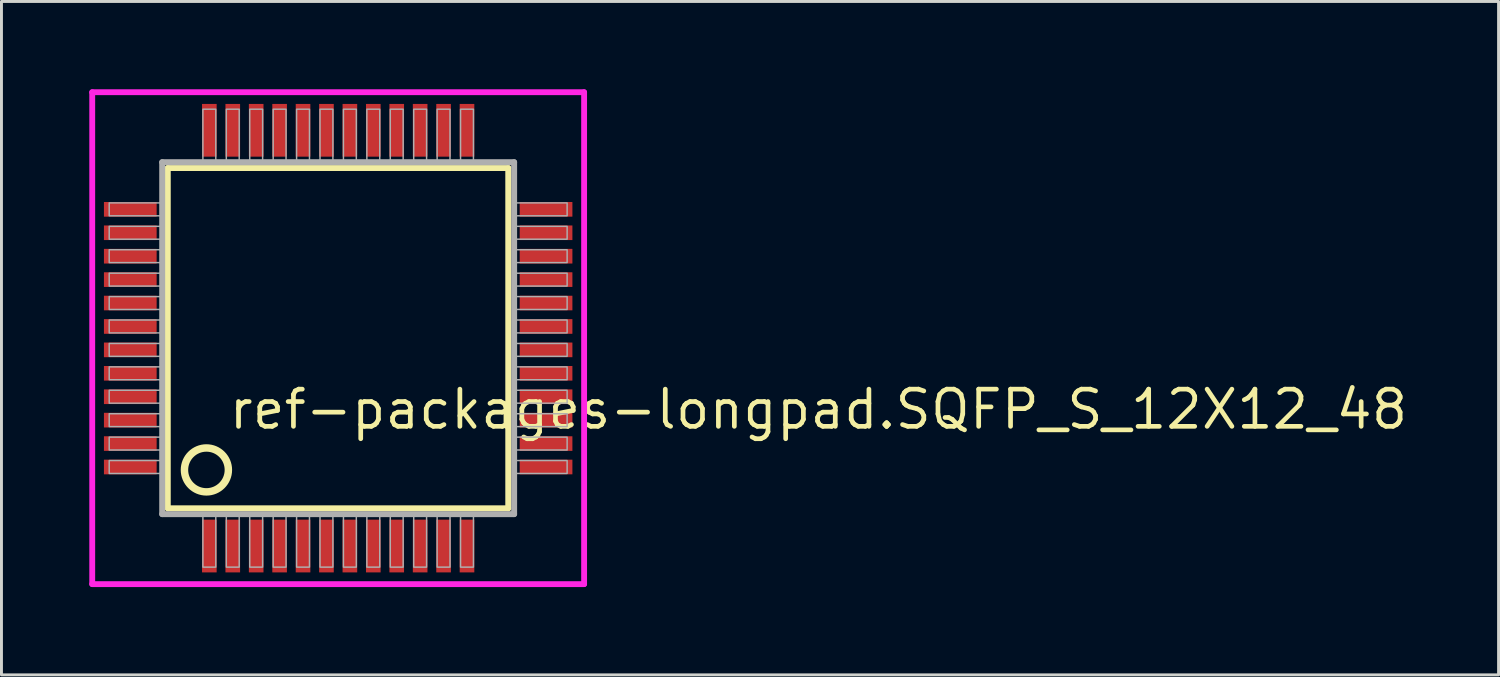
<source format=kicad_pcb>
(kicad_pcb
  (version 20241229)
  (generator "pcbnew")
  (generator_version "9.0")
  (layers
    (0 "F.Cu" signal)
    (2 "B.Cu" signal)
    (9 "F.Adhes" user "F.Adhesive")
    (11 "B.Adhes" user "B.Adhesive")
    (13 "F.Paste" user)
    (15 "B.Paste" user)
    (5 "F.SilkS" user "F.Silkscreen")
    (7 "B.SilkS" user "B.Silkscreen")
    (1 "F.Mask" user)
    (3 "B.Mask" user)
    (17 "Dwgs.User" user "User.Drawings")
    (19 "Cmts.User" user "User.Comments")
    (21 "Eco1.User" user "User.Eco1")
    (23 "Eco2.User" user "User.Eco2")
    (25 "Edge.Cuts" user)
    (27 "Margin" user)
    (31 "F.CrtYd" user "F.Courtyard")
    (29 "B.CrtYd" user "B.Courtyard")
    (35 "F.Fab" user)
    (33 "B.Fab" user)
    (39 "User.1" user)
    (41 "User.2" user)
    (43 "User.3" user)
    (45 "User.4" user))
  (footprint "ref-packages-longpad.SQFP_S_12X12_48"
    (layer "F.Cu")
    (at 8.5 8.5)
    (property "Reference" "ref-packages-longpad.SQFP_S_12X12_48" (at -3.81 3.175 0) (layer "F.SilkS") (effects (font (size 1.27 1.27) (thickness 0.16)) (justify left bottom)))
    (attr smd)
    (fp_line (start -5.82 -5.81) (end 5.81 -5.81) (stroke (width 0.203) (type default)) (layer "F.SilkS"))
    (fp_line (start -5.82 5.81) (end -5.82 -5.81) (stroke (width 0.203) (type default)) (layer "F.SilkS"))
    (fp_line (start 5.81 -5.81) (end 5.81 5.81) (stroke (width 0.203) (type default)) (layer "F.SilkS"))
    (fp_line (start 5.81 5.81) (end -5.82 5.81) (stroke (width 0.203) (type default)) (layer "F.SilkS"))
    (fp_circle (center -4.5 4.5) (end -3.75 4.5) (stroke (width 0.254) (type default)) (fill no) (layer "F.SilkS"))
    (fp_line (start -8.4 -8.4) (end 8.4 -8.4) (stroke (width 0.2) (type default)) (layer "F.CrtYd"))
    (fp_line (start -8.4 8.4) (end -8.4 -8.4) (stroke (width 0.2) (type default)) (layer "F.CrtYd"))
    (fp_line (start 8.4 -8.4) (end 8.4 8.4) (stroke (width 0.2) (type default)) (layer "F.CrtYd"))
    (fp_line (start 8.4 8.4) (end -8.4 8.4) (stroke (width 0.2) (type default)) (layer "F.CrtYd"))
    (fp_line (start -6.01 -6.01) (end -6.01 6.01) (stroke (width 0.203) (type default)) (layer "F.Fab"))
    (fp_line (start -6.01 6.01) (end 6.01 6.01) (stroke (width 0.203) (type default)) (layer "F.Fab"))
    (fp_line (start 6.01 -6.01) (end -6.01 -6.01) (stroke (width 0.203) (type default)) (layer "F.Fab"))
    (fp_line (start 6.01 6.01) (end 6.01 -6.01) (stroke (width 0.203) (type default)) (layer "F.Fab"))
    (fp_rect (start -7.82 -4.18) (end -6.05 -4.62) (stroke (width 0.05) (type default)) (fill no) (layer "F.Fab"))
    (fp_rect (start -7.82 -3.38) (end -6.05 -3.82) (stroke (width 0.05) (type default)) (fill no) (layer "F.Fab"))
    (fp_rect (start -7.82 -2.58) (end -6.05 -3.02) (stroke (width 0.05) (type default)) (fill no) (layer "F.Fab"))
    (fp_rect (start -7.82 -1.78) (end -6.05 -2.22) (stroke (width 0.05) (type default)) (fill no) (layer "F.Fab"))
    (fp_rect (start -7.82 -0.98) (end -6.05 -1.42) (stroke (width 0.05) (type default)) (fill no) (layer "F.Fab"))
    (fp_rect (start -7.82 -0.18) (end -6.05 -0.62) (stroke (width 0.05) (type default)) (fill no) (layer "F.Fab"))
    (fp_rect (start -7.82 0.62) (end -6.05 0.18) (stroke (width 0.05) (type default)) (fill no) (layer "F.Fab"))
    (fp_rect (start -7.82 1.42) (end -6.05 0.98) (stroke (width 0.05) (type default)) (fill no) (layer "F.Fab"))
    (fp_rect (start -7.82 2.22) (end -6.05 1.78) (stroke (width 0.05) (type default)) (fill no) (layer "F.Fab"))
    (fp_rect (start -7.82 3.02) (end -6.05 2.58) (stroke (width 0.05) (type default)) (fill no) (layer "F.Fab"))
    (fp_rect (start -7.82 3.82) (end -6.05 3.38) (stroke (width 0.05) (type default)) (fill no) (layer "F.Fab"))
    (fp_rect (start -7.82 4.62) (end -6.05 4.18) (stroke (width 0.05) (type default)) (fill no) (layer "F.Fab"))
    (fp_rect (start -4.62 -6.05) (end -4.18 -7.82) (stroke (width 0.05) (type default)) (fill no) (layer "F.Fab"))
    (fp_rect (start -4.62 7.82) (end -4.18 6.05) (stroke (width 0.05) (type default)) (fill no) (layer "F.Fab"))
    (fp_rect (start -3.82 -6.05) (end -3.38 -7.82) (stroke (width 0.05) (type default)) (fill no) (layer "F.Fab"))
    (fp_rect (start -3.82 7.82) (end -3.38 6.05) (stroke (width 0.05) (type default)) (fill no) (layer "F.Fab"))
    (fp_rect (start -3.02 -6.05) (end -2.58 -7.82) (stroke (width 0.05) (type default)) (fill no) (layer "F.Fab"))
    (fp_rect (start -3.02 7.82) (end -2.58 6.05) (stroke (width 0.05) (type default)) (fill no) (layer "F.Fab"))
    (fp_rect (start -2.22 -6.05) (end -1.78 -7.82) (stroke (width 0.05) (type default)) (fill no) (layer "F.Fab"))
    (fp_rect (start -2.22 7.82) (end -1.78 6.05) (stroke (width 0.05) (type default)) (fill no) (layer "F.Fab"))
    (fp_rect (start -1.42 -6.05) (end -0.98 -7.82) (stroke (width 0.05) (type default)) (fill no) (layer "F.Fab"))
    (fp_rect (start -1.42 7.82) (end -0.98 6.05) (stroke (width 0.05) (type default)) (fill no) (layer "F.Fab"))
    (fp_rect (start -0.62 -6.05) (end -0.18 -7.82) (stroke (width 0.05) (type default)) (fill no) (layer "F.Fab"))
    (fp_rect (start -0.62 7.82) (end -0.18 6.05) (stroke (width 0.05) (type default)) (fill no) (layer "F.Fab"))
    (fp_rect (start 0.18 -6.05) (end 0.62 -7.82) (stroke (width 0.05) (type default)) (fill no) (layer "F.Fab"))
    (fp_rect (start 0.18 7.82) (end 0.62 6.05) (stroke (width 0.05) (type default)) (fill no) (layer "F.Fab"))
    (fp_rect (start 0.98 -6.05) (end 1.42 -7.82) (stroke (width 0.05) (type default)) (fill no) (layer "F.Fab"))
    (fp_rect (start 0.98 7.82) (end 1.42 6.05) (stroke (width 0.05) (type default)) (fill no) (layer "F.Fab"))
    (fp_rect (start 1.78 -6.05) (end 2.22 -7.82) (stroke (width 0.05) (type default)) (fill no) (layer "F.Fab"))
    (fp_rect (start 1.78 7.82) (end 2.22 6.05) (stroke (width 0.05) (type default)) (fill no) (layer "F.Fab"))
    (fp_rect (start 2.58 -6.05) (end 3.02 -7.82) (stroke (width 0.05) (type default)) (fill no) (layer "F.Fab"))
    (fp_rect (start 2.58 7.82) (end 3.02 6.05) (stroke (width 0.05) (type default)) (fill no) (layer "F.Fab"))
    (fp_rect (start 3.38 -6.05) (end 3.82 -7.82) (stroke (width 0.05) (type default)) (fill no) (layer "F.Fab"))
    (fp_rect (start 3.38 7.82) (end 3.82 6.05) (stroke (width 0.05) (type default)) (fill no) (layer "F.Fab"))
    (fp_rect (start 4.18 -6.05) (end 4.62 -7.82) (stroke (width 0.05) (type default)) (fill no) (layer "F.Fab"))
    (fp_rect (start 4.18 7.82) (end 4.62 6.05) (stroke (width 0.05) (type default)) (fill no) (layer "F.Fab"))
    (fp_rect (start 6.05 -4.18) (end 7.82 -4.62) (stroke (width 0.05) (type default)) (fill no) (layer "F.Fab"))
    (fp_rect (start 6.05 -3.38) (end 7.82 -3.82) (stroke (width 0.05) (type default)) (fill no) (layer "F.Fab"))
    (fp_rect (start 6.05 -2.58) (end 7.82 -3.02) (stroke (width 0.05) (type default)) (fill no) (layer "F.Fab"))
    (fp_rect (start 6.05 -1.78) (end 7.82 -2.22) (stroke (width 0.05) (type default)) (fill no) (layer "F.Fab"))
    (fp_rect (start 6.05 -0.98) (end 7.82 -1.42) (stroke (width 0.05) (type default)) (fill no) (layer "F.Fab"))
    (fp_rect (start 6.05 -0.18) (end 7.82 -0.62) (stroke (width 0.05) (type default)) (fill no) (layer "F.Fab"))
    (fp_rect (start 6.05 0.62) (end 7.82 0.18) (stroke (width 0.05) (type default)) (fill no) (layer "F.Fab"))
    (fp_rect (start 6.05 1.42) (end 7.82 0.98) (stroke (width 0.05) (type default)) (fill no) (layer "F.Fab"))
    (fp_rect (start 6.05 2.22) (end 7.82 1.78) (stroke (width 0.05) (type default)) (fill no) (layer "F.Fab"))
    (fp_rect (start 6.05 3.02) (end 7.82 2.58) (stroke (width 0.05) (type default)) (fill no) (layer "F.Fab"))
    (fp_rect (start 6.05 3.82) (end 7.82 3.38) (stroke (width 0.05) (type default)) (fill no) (layer "F.Fab"))
    (fp_rect (start 6.05 4.62) (end 7.82 4.18) (stroke (width 0.05) (type default)) (fill no) (layer "F.Fab"))
    (pad "1" smd roundrect (at -4.4 7.1) (size 0.5 1.8) (layers "F.Cu" "F.Mask" "F.Paste") (roundrect_rratio 0.01))
    (pad "2" smd roundrect (at -3.6 7.1) (size 0.5 1.8) (layers "F.Cu" "F.Mask" "F.Paste") (roundrect_rratio 0.01))
    (pad "3" smd roundrect (at -2.8 7.1) (size 0.5 1.8) (layers "F.Cu" "F.Mask" "F.Paste") (roundrect_rratio 0.01))
    (pad "4" smd roundrect (at -2 7.1) (size 0.5 1.8) (layers "F.Cu" "F.Mask" "F.Paste") (roundrect_rratio 0.01))
    (pad "5" smd roundrect (at -1.2 7.1) (size 0.5 1.8) (layers "F.Cu" "F.Mask" "F.Paste") (roundrect_rratio 0.01))
    (pad "6" smd roundrect (at -0.4 7.1) (size 0.5 1.8) (layers "F.Cu" "F.Mask" "F.Paste") (roundrect_rratio 0.01))
    (pad "7" smd roundrect (at 0.4 7.1) (size 0.5 1.8) (layers "F.Cu" "F.Mask" "F.Paste") (roundrect_rratio 0.01))
    (pad "8" smd roundrect (at 1.2 7.1) (size 0.5 1.8) (layers "F.Cu" "F.Mask" "F.Paste") (roundrect_rratio 0.01))
    (pad "9" smd roundrect (at 2 7.1) (size 0.5 1.8) (layers "F.Cu" "F.Mask" "F.Paste") (roundrect_rratio 0.01))
    (pad "10" smd roundrect (at 2.8 7.1) (size 0.5 1.8) (layers "F.Cu" "F.Mask" "F.Paste") (roundrect_rratio 0.01))
    (pad "11" smd roundrect (at 3.6 7.1) (size 0.5 1.8) (layers "F.Cu" "F.Mask" "F.Paste") (roundrect_rratio 0.01))
    (pad "12" smd roundrect (at 4.4 7.1) (size 0.5 1.8) (layers "F.Cu" "F.Mask" "F.Paste") (roundrect_rratio 0.01))
    (pad "13" smd roundrect (at 7.1 4.4) (size 1.8 0.5) (layers "F.Cu" "F.Mask" "F.Paste") (roundrect_rratio 0.01))
    (pad "14" smd roundrect (at 7.1 3.6) (size 1.8 0.5) (layers "F.Cu" "F.Mask" "F.Paste") (roundrect_rratio 0.01))
    (pad "15" smd roundrect (at 7.1 2.8) (size 1.8 0.5) (layers "F.Cu" "F.Mask" "F.Paste") (roundrect_rratio 0.01))
    (pad "16" smd roundrect (at 7.1 2) (size 1.8 0.5) (layers "F.Cu" "F.Mask" "F.Paste") (roundrect_rratio 0.01))
    (pad "17" smd roundrect (at 7.1 1.2) (size 1.8 0.5) (layers "F.Cu" "F.Mask" "F.Paste") (roundrect_rratio 0.01))
    (pad "18" smd roundrect (at 7.1 0.4) (size 1.8 0.5) (layers "F.Cu" "F.Mask" "F.Paste") (roundrect_rratio 0.01))
    (pad "19" smd roundrect (at 7.1 -0.4) (size 1.8 0.5) (layers "F.Cu" "F.Mask" "F.Paste") (roundrect_rratio 0.01))
    (pad "20" smd roundrect (at 7.1 -1.2) (size 1.8 0.5) (layers "F.Cu" "F.Mask" "F.Paste") (roundrect_rratio 0.01))
    (pad "21" smd roundrect (at 7.1 -2) (size 1.8 0.5) (layers "F.Cu" "F.Mask" "F.Paste") (roundrect_rratio 0.01))
    (pad "22" smd roundrect (at 7.1 -2.8) (size 1.8 0.5) (layers "F.Cu" "F.Mask" "F.Paste") (roundrect_rratio 0.01))
    (pad "23" smd roundrect (at 7.1 -3.6) (size 1.8 0.5) (layers "F.Cu" "F.Mask" "F.Paste") (roundrect_rratio 0.01))
    (pad "24" smd roundrect (at 7.1 -4.4) (size 1.8 0.5) (layers "F.Cu" "F.Mask" "F.Paste") (roundrect_rratio 0.01))
    (pad "25" smd roundrect (at 4.4 -7.1) (size 0.5 1.8) (layers "F.Cu" "F.Mask" "F.Paste") (roundrect_rratio 0.01))
    (pad "26" smd roundrect (at 3.6 -7.1) (size 0.5 1.8) (layers "F.Cu" "F.Mask" "F.Paste") (roundrect_rratio 0.01))
    (pad "27" smd roundrect (at 2.8 -7.1) (size 0.5 1.8) (layers "F.Cu" "F.Mask" "F.Paste") (roundrect_rratio 0.01))
    (pad "28" smd roundrect (at 2 -7.1) (size 0.5 1.8) (layers "F.Cu" "F.Mask" "F.Paste") (roundrect_rratio 0.01))
    (pad "29" smd roundrect (at 1.2 -7.1) (size 0.5 1.8) (layers "F.Cu" "F.Mask" "F.Paste") (roundrect_rratio 0.01))
    (pad "30" smd roundrect (at 0.4 -7.1) (size 0.5 1.8) (layers "F.Cu" "F.Mask" "F.Paste") (roundrect_rratio 0.01))
    (pad "31" smd roundrect (at -0.4 -7.1) (size 0.5 1.8) (layers "F.Cu" "F.Mask" "F.Paste") (roundrect_rratio 0.01))
    (pad "32" smd roundrect (at -1.2 -7.1) (size 0.5 1.8) (layers "F.Cu" "F.Mask" "F.Paste") (roundrect_rratio 0.01))
    (pad "33" smd roundrect (at -2 -7.1) (size 0.5 1.8) (layers "F.Cu" "F.Mask" "F.Paste") (roundrect_rratio 0.01))
    (pad "34" smd roundrect (at -2.8 -7.1) (size 0.5 1.8) (layers "F.Cu" "F.Mask" "F.Paste") (roundrect_rratio 0.01))
    (pad "35" smd roundrect (at -3.6 -7.1) (size 0.5 1.8) (layers "F.Cu" "F.Mask" "F.Paste") (roundrect_rratio 0.01))
    (pad "36" smd roundrect (at -4.4 -7.1) (size 0.5 1.8) (layers "F.Cu" "F.Mask" "F.Paste") (roundrect_rratio 0.01))
    (pad "37" smd roundrect (at -7.1 -4.4) (size 1.8 0.5) (layers "F.Cu" "F.Mask" "F.Paste") (roundrect_rratio 0.01))
    (pad "38" smd roundrect (at -7.1 -3.6) (size 1.8 0.5) (layers "F.Cu" "F.Mask" "F.Paste") (roundrect_rratio 0.01))
    (pad "39" smd roundrect (at -7.1 -2.8) (size 1.8 0.5) (layers "F.Cu" "F.Mask" "F.Paste") (roundrect_rratio 0.01))
    (pad "40" smd roundrect (at -7.1 -2) (size 1.8 0.5) (layers "F.Cu" "F.Mask" "F.Paste") (roundrect_rratio 0.01))
    (pad "41" smd roundrect (at -7.1 -1.2) (size 1.8 0.5) (layers "F.Cu" "F.Mask" "F.Paste") (roundrect_rratio 0.01))
    (pad "42" smd roundrect (at -7.1 -0.4) (size 1.8 0.5) (layers "F.Cu" "F.Mask" "F.Paste") (roundrect_rratio 0.01))
    (pad "43" smd roundrect (at -7.1 0.4) (size 1.8 0.5) (layers "F.Cu" "F.Mask" "F.Paste") (roundrect_rratio 0.01))
    (pad "44" smd roundrect (at -7.1 1.2) (size 1.8 0.5) (layers "F.Cu" "F.Mask" "F.Paste") (roundrect_rratio 0.01))
    (pad "45" smd roundrect (at -7.1 2) (size 1.8 0.5) (layers "F.Cu" "F.Mask" "F.Paste") (roundrect_rratio 0.01))
    (pad "46" smd roundrect (at -7.1 2.8) (size 1.8 0.5) (layers "F.Cu" "F.Mask" "F.Paste") (roundrect_rratio 0.01))
    (pad "47" smd roundrect (at -7.1 3.6) (size 1.8 0.5) (layers "F.Cu" "F.Mask" "F.Paste") (roundrect_rratio 0.01))
    (pad "48" smd roundrect (at -7.1 4.4) (size 1.8 0.5) (layers "F.Cu" "F.Mask" "F.Paste") (roundrect_rratio 0.01)))
  (gr_rect
    (start -3 -3)
    (end 48.133 20)
    (stroke (width 0.1) (type default))
    (fill no)
    (layer "Edge.Cuts")))
</source>
